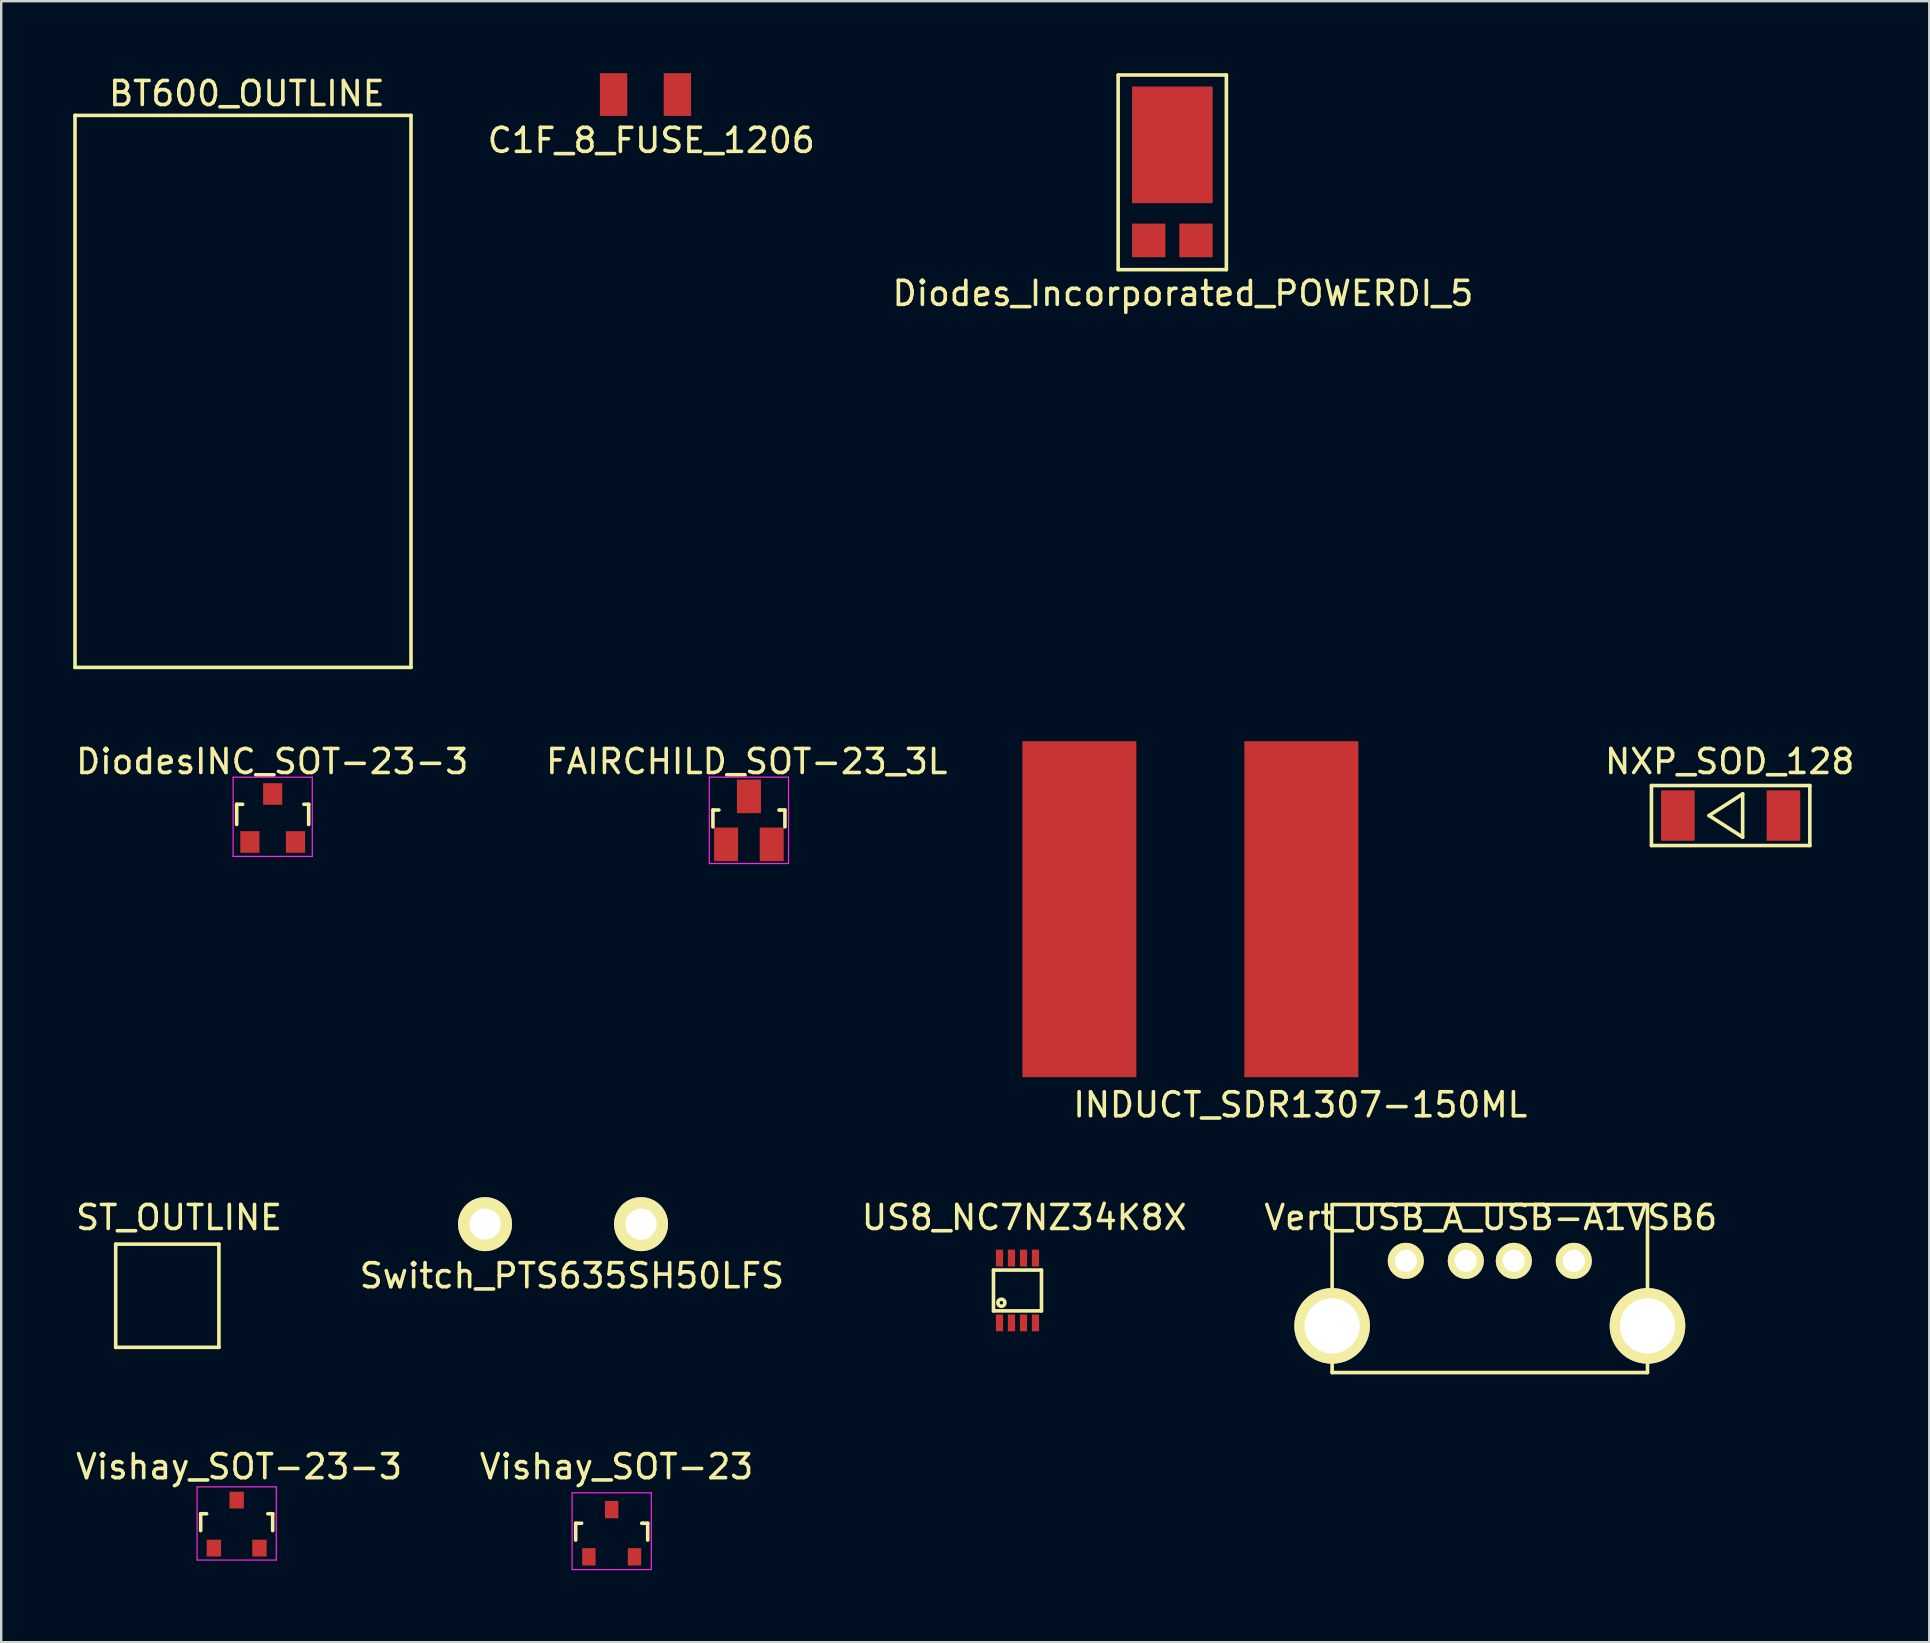
<source format=kicad_pcb>
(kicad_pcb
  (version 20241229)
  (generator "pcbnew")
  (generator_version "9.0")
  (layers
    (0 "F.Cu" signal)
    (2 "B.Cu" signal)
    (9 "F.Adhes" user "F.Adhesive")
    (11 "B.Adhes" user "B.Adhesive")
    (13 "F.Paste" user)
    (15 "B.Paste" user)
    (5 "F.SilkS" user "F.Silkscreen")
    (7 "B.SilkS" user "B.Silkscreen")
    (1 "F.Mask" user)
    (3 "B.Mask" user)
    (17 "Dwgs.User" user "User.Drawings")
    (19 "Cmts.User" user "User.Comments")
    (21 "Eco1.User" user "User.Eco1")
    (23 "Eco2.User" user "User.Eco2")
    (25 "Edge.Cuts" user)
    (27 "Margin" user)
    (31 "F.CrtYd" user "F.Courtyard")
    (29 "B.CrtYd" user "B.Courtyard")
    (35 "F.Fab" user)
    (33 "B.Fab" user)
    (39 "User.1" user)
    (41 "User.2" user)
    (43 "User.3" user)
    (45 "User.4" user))
  (footprint "INDUCT_SDR1307-150ML"
    (layer "F.Cu")
    (at 46.548 34.833)
    (property "Reference" "INDUCT_SDR1307-150ML" (at 4.58 8.15 0) (layer "F.SilkS") (effects (font (size 1 1) (thickness 0.15))))
    (attr through_hole)
    (pad "1" smd rect (at -4.625 0) (size 4.75 14) (layers "F.Cu" "F.Mask" "F.Paste"))
    (pad "2" smd rect (at 4.625 0) (size 4.75 14) (layers "F.Cu" "F.Mask" "F.Paste")))
  (footprint "US8_NC7NZ34K8X"
    (layer "F.Cu")
    (at 39.345 50.72)
    (property "Reference" "US8_NC7NZ34K8X" (at 0.28 -3.04 0) (layer "F.SilkS") (effects (font (size 1 1) (thickness 0.15))))
    (attr through_hole)
    (fp_line (start -1 -0.85) (end 1 -0.85) (stroke (width 0.15) (type solid)) (layer "F.SilkS"))
    (fp_line (start -1 0.85) (end -1 -0.85) (stroke (width 0.15) (type solid)) (layer "F.SilkS"))
    (fp_line (start 1 -0.85) (end 1 0.85) (stroke (width 0.15) (type solid)) (layer "F.SilkS"))
    (fp_line (start 1 0.85) (end -1 0.85) (stroke (width 0.15) (type solid)) (layer "F.SilkS"))
    (fp_circle (center -0.67 0.51) (end -0.54 0.44) (stroke (width 0.15) (type solid)) (fill no) (layer "F.SilkS"))
    (pad "1" smd rect (at -0.75 1.35) (size 0.3 0.7) (layers "F.Cu" "F.Mask" "F.Paste"))
    (pad "2" smd rect (at -0.25 1.35) (size 0.3 0.7) (layers "F.Cu" "F.Mask" "F.Paste"))
    (pad "3" smd rect (at 0.25 1.35) (size 0.3 0.7) (layers "F.Cu" "F.Mask" "F.Paste"))
    (pad "4" smd rect (at 0.75 1.35) (size 0.3 0.7) (layers "F.Cu" "F.Mask" "F.Paste"))
    (pad "5" smd rect (at 0.75 -1.35) (size 0.3 0.7) (layers "F.Cu" "F.Mask" "F.Paste"))
    (pad "6" smd rect (at 0.25 -1.35) (size 0.3 0.7) (layers "F.Cu" "F.Mask" "F.Paste"))
    (pad "7" smd rect (at -0.25 -1.35) (size 0.3 0.7) (layers "F.Cu" "F.Mask" "F.Paste"))
    (pad "8" smd rect (at -0.75 -1.35) (size 0.3 0.7) (layers "F.Cu" "F.Mask" "F.Paste")))
  (footprint "Vishay_SOT-23-3"
    (layer "F.Cu")
    (at 6.811 60.453)
    (property "Reference" "Vishay_SOT-23-3" (at 0.1 -2.39 0) (layer "F.SilkS") (effects (font (size 1 1) (thickness 0.15))))
    (attr smd)
    (fp_line (start -1.5 -0.43) (end -1.251 -0.43) (stroke (width 0.15) (type solid)) (layer "F.SilkS"))
    (fp_line (start -1.5 0.271) (end -1.5 -0.43) (stroke (width 0.15) (type solid)) (layer "F.SilkS"))
    (fp_line (start 1.299 -0.43) (end 1.5 -0.43) (stroke (width 0.15) (type solid)) (layer "F.SilkS"))
    (fp_line (start 1.5 -0.43) (end 1.5 0.271) (stroke (width 0.15) (type solid)) (layer "F.SilkS"))
    (fp_line (start -1.65 -1.55) (end 1.65 -1.55) (stroke (width 0.05) (type solid)) (layer "F.CrtYd"))
    (fp_line (start -1.65 1.5) (end -1.65 -1.55) (stroke (width 0.05) (type solid)) (layer "F.CrtYd"))
    (fp_line (start 1.65 -1.55) (end 1.65 1.5) (stroke (width 0.05) (type solid)) (layer "F.CrtYd"))
    (fp_line (start 1.65 1.5) (end -1.65 1.5) (stroke (width 0.05) (type solid)) (layer "F.CrtYd"))
    (pad "D" smd rect (at 0 -1) (size 0.6 0.7) (layers "F.Cu" "F.Mask" "F.Paste"))
    (pad "G" smd rect (at -0.95 1) (size 0.6 0.7) (layers "F.Cu" "F.Mask" "F.Paste"))
    (pad "S" smd rect (at 0.95 1) (size 0.6 0.7) (layers "F.Cu" "F.Mask" "F.Paste")))
  (footprint "Vishay_SOT-23"
    (layer "F.Cu")
    (at 22.437 60.833)
    (property "Reference" "Vishay_SOT-23" (at 0.2 -2.77 0) (layer "F.SilkS") (effects (font (size 1 1) (thickness 0.15))))
    (attr smd)
    (fp_line (start -1.5 -0.415) (end -1.251 -0.415) (stroke (width 0.15) (type solid)) (layer "F.SilkS"))
    (fp_line (start -1.5 0.286) (end -1.5 -0.415) (stroke (width 0.15) (type solid)) (layer "F.SilkS"))
    (fp_line (start 1.299 -0.415) (end 1.251 -0.415) (stroke (width 0.15) (type solid)) (layer "F.SilkS"))
    (fp_line (start 1.299 -0.415) (end 1.5 -0.415) (stroke (width 0.15) (type solid)) (layer "F.SilkS"))
    (fp_line (start 1.5 -0.415) (end 1.5 0.286) (stroke (width 0.15) (type solid)) (layer "F.SilkS"))
    (fp_line (start -1.65 -1.684) (end 1.65 -1.684) (stroke (width 0.05) (type solid)) (layer "F.CrtYd"))
    (fp_line (start -1.65 1.516) (end -1.65 -1.684) (stroke (width 0.05) (type solid)) (layer "F.CrtYd"))
    (fp_line (start 1.65 -1.684) (end 1.65 1.516) (stroke (width 0.05) (type solid)) (layer "F.CrtYd"))
    (fp_line (start 1.65 1.516) (end -1.65 1.516) (stroke (width 0.05) (type solid)) (layer "F.CrtYd"))
    (pad "D" smd rect (at 0 -0.984) (size 0.559 0.724) (layers "F.Cu" "F.Mask" "F.Paste"))
    (pad "G" smd rect (at -0.95 0.985) (size 0.559 0.724) (layers "F.Cu" "F.Mask" "F.Paste"))
    (pad "S" smd rect (at 0.95 0.985) (size 0.559 0.724) (layers "F.Cu" "F.Mask" "F.Paste")))
  (footprint "C1F_8_FUSE_1206"
    (layer "F.Cu")
    (at 22.515 0.89)
    (property "Reference" "C1F_8_FUSE_1206" (at 1.57 1.91 0) (layer "F.SilkS") (effects (font (size 1 1) (thickness 0.15))))
    (attr through_hole)
    (pad "1" smd rect (at 0 0) (size 1.14 1.78) (layers "F.Cu" "F.Mask" "F.Paste"))
    (pad "2" smd rect (at 2.66 0) (size 1.14 1.78) (layers "F.Cu" "F.Mask" "F.Paste")))
  (footprint "Switch_PTS635SH50LFS"
    (layer "F.Cu")
    (at 17.16 47.956)
    (property "Reference" "Switch_PTS635SH50LFS" (at 3.62 2.15 0) (layer "F.SilkS") (effects (font (size 1 1) (thickness 0.15))))
    (attr through_hole)
    (pad "1" thru_hole circle (at 0 0) (size 2.25 2.25) (drill 1.3) (layers "*.Cu" "*.Mask" "F.SilkS"))
    (pad "2" thru_hole circle (at 6.5 0) (size 2.25 2.25) (drill 1.3) (layers "*.Cu" "*.Mask" "F.SilkS")))
  (footprint "NXP_SOD_128"
    (layer "F.Cu")
    (at 69.06 30.931)
    (property "Reference" "NXP_SOD_128" (at -0.04 -2.25 0) (layer "F.SilkS") (effects (font (size 1 1) (thickness 0.15))))
    (attr through_hole)
    (fp_line (start -3.3 -1.25) (end 3.3 -1.25) (stroke (width 0.15) (type solid)) (layer "F.SilkS"))
    (fp_line (start -3.3 1.25) (end -3.3 -1.25) (stroke (width 0.15) (type solid)) (layer "F.SilkS"))
    (fp_line (start -0.9 0) (end 0.5 0.9) (stroke (width 0.15) (type solid)) (layer "F.SilkS"))
    (fp_line (start 0.5 -0.9) (end -0.9 0) (stroke (width 0.15) (type solid)) (layer "F.SilkS"))
    (fp_line (start 0.5 0.9) (end 0.5 -0.9) (stroke (width 0.15) (type solid)) (layer "F.SilkS"))
    (fp_line (start 3.3 -1.25) (end 3.3 1.25) (stroke (width 0.15) (type solid)) (layer "F.SilkS"))
    (fp_line (start 3.3 1.25) (end -3.3 1.25) (stroke (width 0.15) (type solid)) (layer "F.SilkS"))
    (pad "1" smd rect (at -2.2 0) (size 1.4 2.1) (layers "F.Cu" "F.Mask" "F.Paste"))
    (pad "2" smd rect (at 2.2 0) (size 1.4 2.1) (layers "F.Cu" "F.Mask" "F.Paste")))
  (footprint "Diodes_Incorporated_POWERDI_5"
    (layer "F.Cu")
    (at 45.799 2.985)
    (property "Reference" "Diodes_Incorporated_POWERDI_5" (at 0.44 6.19 0) (layer "F.SilkS") (effects (font (size 1 1) (thickness 0.15))))
    (attr through_hole)
    (fp_line (start -2.26 -2.91) (end -2.26 5.2) (stroke (width 0.15) (type solid)) (layer "F.SilkS"))
    (fp_line (start -2.25 -2.91) (end 2.25 -2.91) (stroke (width 0.15) (type solid)) (layer "F.SilkS"))
    (fp_line (start -2.25 5.2) (end 2.25 5.2) (stroke (width 0.15) (type solid)) (layer "F.SilkS"))
    (fp_line (start 2.25 -2.91) (end 2.25 5.2) (stroke (width 0.15) (type solid)) (layer "F.SilkS"))
    (pad "1" smd rect (at -0.985 3.982) (size 1.39 1.4) (layers "F.Cu" "F.Mask" "F.Paste"))
    (pad "2" smd rect (at 0 0) (size 3.36 4.86) (layers "F.Cu" "F.Mask" "F.Paste"))
    (pad "3" smd rect (at 0.985 3.982) (size 1.39 1.4) (layers "F.Cu" "F.Mask" "F.Paste")))
  (footprint "FAIRCHILD_SOT-23_3L"
    (layer "F.Cu")
    (at 28.155 31.131)
    (property "Reference" "FAIRCHILD_SOT-23_3L" (at -0.09 -2.45 0) (layer "F.SilkS") (effects (font (size 1 1) (thickness 0.15))))
    (attr smd)
    (fp_line (start -1.5 -0.43) (end -1.251 -0.43) (stroke (width 0.15) (type solid)) (layer "F.SilkS"))
    (fp_line (start -1.5 0.271) (end -1.5 -0.43) (stroke (width 0.15) (type solid)) (layer "F.SilkS"))
    (fp_line (start 1.299 -0.43) (end 1.251 -0.43) (stroke (width 0.15) (type solid)) (layer "F.SilkS"))
    (fp_line (start 1.299 -0.43) (end 1.5 -0.43) (stroke (width 0.15) (type solid)) (layer "F.SilkS"))
    (fp_line (start 1.5 -0.43) (end 1.5 0.271) (stroke (width 0.15) (type solid)) (layer "F.SilkS"))
    (fp_line (start -1.65 -1.8) (end 1.65 -1.8) (stroke (width 0.05) (type solid)) (layer "F.CrtYd"))
    (fp_line (start -1.65 1.8) (end -1.65 -1.8) (stroke (width 0.05) (type solid)) (layer "F.CrtYd"))
    (fp_line (start 1.65 -1.8) (end 1.65 1.8) (stroke (width 0.05) (type solid)) (layer "F.CrtYd"))
    (fp_line (start 1.65 1.8) (end -1.65 1.8) (stroke (width 0.05) (type solid)) (layer "F.CrtYd"))
    (pad "1" smd rect (at -0.95 1) (size 1 1.4) (layers "F.Cu" "F.Mask" "F.Paste"))
    (pad "2" smd rect (at 0.95 1) (size 1 1.4) (layers "F.Cu" "F.Mask" "F.Paste"))
    (pad "3" smd rect (at 0 -1) (size 1 1.4) (layers "F.Cu" "F.Mask" "F.Paste")))
  (footprint "Vert_USB_A_USB-A1VSB6"
    (layer "F.Cu")
    (at 59.025 50.84)
    (property "Reference" "Vert_USB_A_USB-A1VSB6" (at 0.04 -3.16 0) (layer "F.SilkS") (effects (font (size 1 1) (thickness 0.15))))
    (attr through_hole)
    (fp_line (start -6.57 -3.7) (end 6.57 -3.7) (stroke (width 0.15) (type solid)) (layer "F.SilkS"))
    (fp_line (start -6.57 3.3) (end -6.57 -3.7) (stroke (width 0.15) (type solid)) (layer "F.SilkS"))
    (fp_line (start 6.57 3.3) (end -6.57 3.3) (stroke (width 0.15) (type solid)) (layer "F.SilkS"))
    (fp_line (start 6.57 3.3) (end 6.57 -3.7) (stroke (width 0.15) (type solid)) (layer "F.SilkS"))
    (pad "" thru_hole circle (at -6.57 1.355) (size 3.15 3.15) (drill 2.3) (layers "*.Cu" "*.Mask" "F.SilkS"))
    (pad "" thru_hole circle (at 6.57 1.355) (size 3.15 3.15) (drill 2.3) (layers "*.Cu" "*.Mask" "F.SilkS"))
    (pad "1" thru_hole circle (at -3.5 -1.355) (size 1.5 1.5) (drill 0.92) (layers "*.Cu" "*.Mask" "F.SilkS"))
    (pad "2" thru_hole circle (at -1 -1.355) (size 1.5 1.5) (drill 0.92) (layers "*.Cu" "*.Mask" "F.SilkS"))
    (pad "3" thru_hole circle (at 1 -1.355) (size 1.5 1.5) (drill 0.92) (layers "*.Cu" "*.Mask" "F.SilkS"))
    (pad "4" thru_hole circle (at 3.5 -1.355) (size 1.5 1.5) (drill 0.92) (layers "*.Cu" "*.Mask" "F.SilkS")))
  (footprint "BT600_OUTLINE"
    (layer "F.Cu")
    (at 7.075 13.258)
    (property "Reference" "BT600_OUTLINE" (at 0.16 -12.41 0) (layer "F.SilkS") (effects (font (size 1 1) (thickness 0.15))))
    (attr through_hole)
    (fp_line (start -7 -11.5) (end 7 -11.5) (stroke (width 0.15) (type solid)) (layer "F.SilkS"))
    (fp_line (start -7 11.5) (end -7 -11.5) (stroke (width 0.15) (type solid)) (layer "F.SilkS"))
    (fp_line (start 7 -11.5) (end 7 11.5) (stroke (width 0.15) (type solid)) (layer "F.SilkS"))
    (fp_line (start 7 11.5) (end -7 11.5) (stroke (width 0.15) (type solid)) (layer "F.SilkS")))
  (footprint "ST_OUTLINE"
    (layer "F.Cu")
    (at 3.861 51.02)
    (property "Reference" "ST_OUTLINE" (at 0.55 -3.34 0) (layer "F.SilkS") (effects (font (size 1 1) (thickness 0.15))))
    (attr through_hole)
    (fp_line (start -2.09 -2.23) (end 2.21 -2.23) (stroke (width 0.15) (type solid)) (layer "F.SilkS"))
    (fp_line (start -2.09 2.07) (end -2.09 -2.23) (stroke (width 0.15) (type solid)) (layer "F.SilkS"))
    (fp_line (start 2.21 -2.23) (end 2.21 2.07) (stroke (width 0.15) (type solid)) (layer "F.SilkS"))
    (fp_line (start 2.21 2.07) (end -2.09 2.07) (stroke (width 0.15) (type solid)) (layer "F.SilkS")))
  (footprint "DiodesINC_SOT-23-3"
    (layer "F.Cu")
    (at 8.312 31.032)
    (property "Reference" "DiodesINC_SOT-23-3" (at -0.02 -2.35 0) (layer "F.SilkS") (effects (font (size 1 1) (thickness 0.15))))
    (attr smd)
    (fp_line (start -1.5 -0.57) (end -1.251 -0.57) (stroke (width 0.15) (type solid)) (layer "F.SilkS"))
    (fp_line (start -1.5 0.271) (end -1.5 -0.57) (stroke (width 0.15) (type solid)) (layer "F.SilkS"))
    (fp_line (start 1.299 -0.57) (end 1.5 -0.57) (stroke (width 0.15) (type solid)) (layer "F.SilkS"))
    (fp_line (start 1.5 -0.57) (end 1.5 0.271) (stroke (width 0.15) (type solid)) (layer "F.SilkS"))
    (fp_line (start -1.65 -1.7) (end 1.65 -1.7) (stroke (width 0.05) (type solid)) (layer "F.CrtYd"))
    (fp_line (start -1.65 1.6) (end -1.65 -1.7) (stroke (width 0.05) (type solid)) (layer "F.CrtYd"))
    (fp_line (start 1.65 -1.7) (end 1.65 1.6) (stroke (width 0.05) (type solid)) (layer "F.CrtYd"))
    (fp_line (start 1.65 1.6) (end -1.65 1.6) (stroke (width 0.05) (type solid)) (layer "F.CrtYd"))
    (pad "D" smd rect (at 0 -1) (size 0.8 0.9) (layers "F.Cu" "F.Mask" "F.Paste"))
    (pad "G" smd rect (at -0.95 1) (size 0.8 0.9) (layers "F.Cu" "F.Mask" "F.Paste"))
    (pad "S" smd rect (at 0.95 1) (size 0.8 0.9) (layers "F.Cu" "F.Mask" "F.Paste")))
  (gr_rect
    (start -3 -3)
    (end 77.336 65.374)
    (stroke (width 0.1) (type default))
    (fill no)
    (layer "Edge.Cuts")))
</source>
